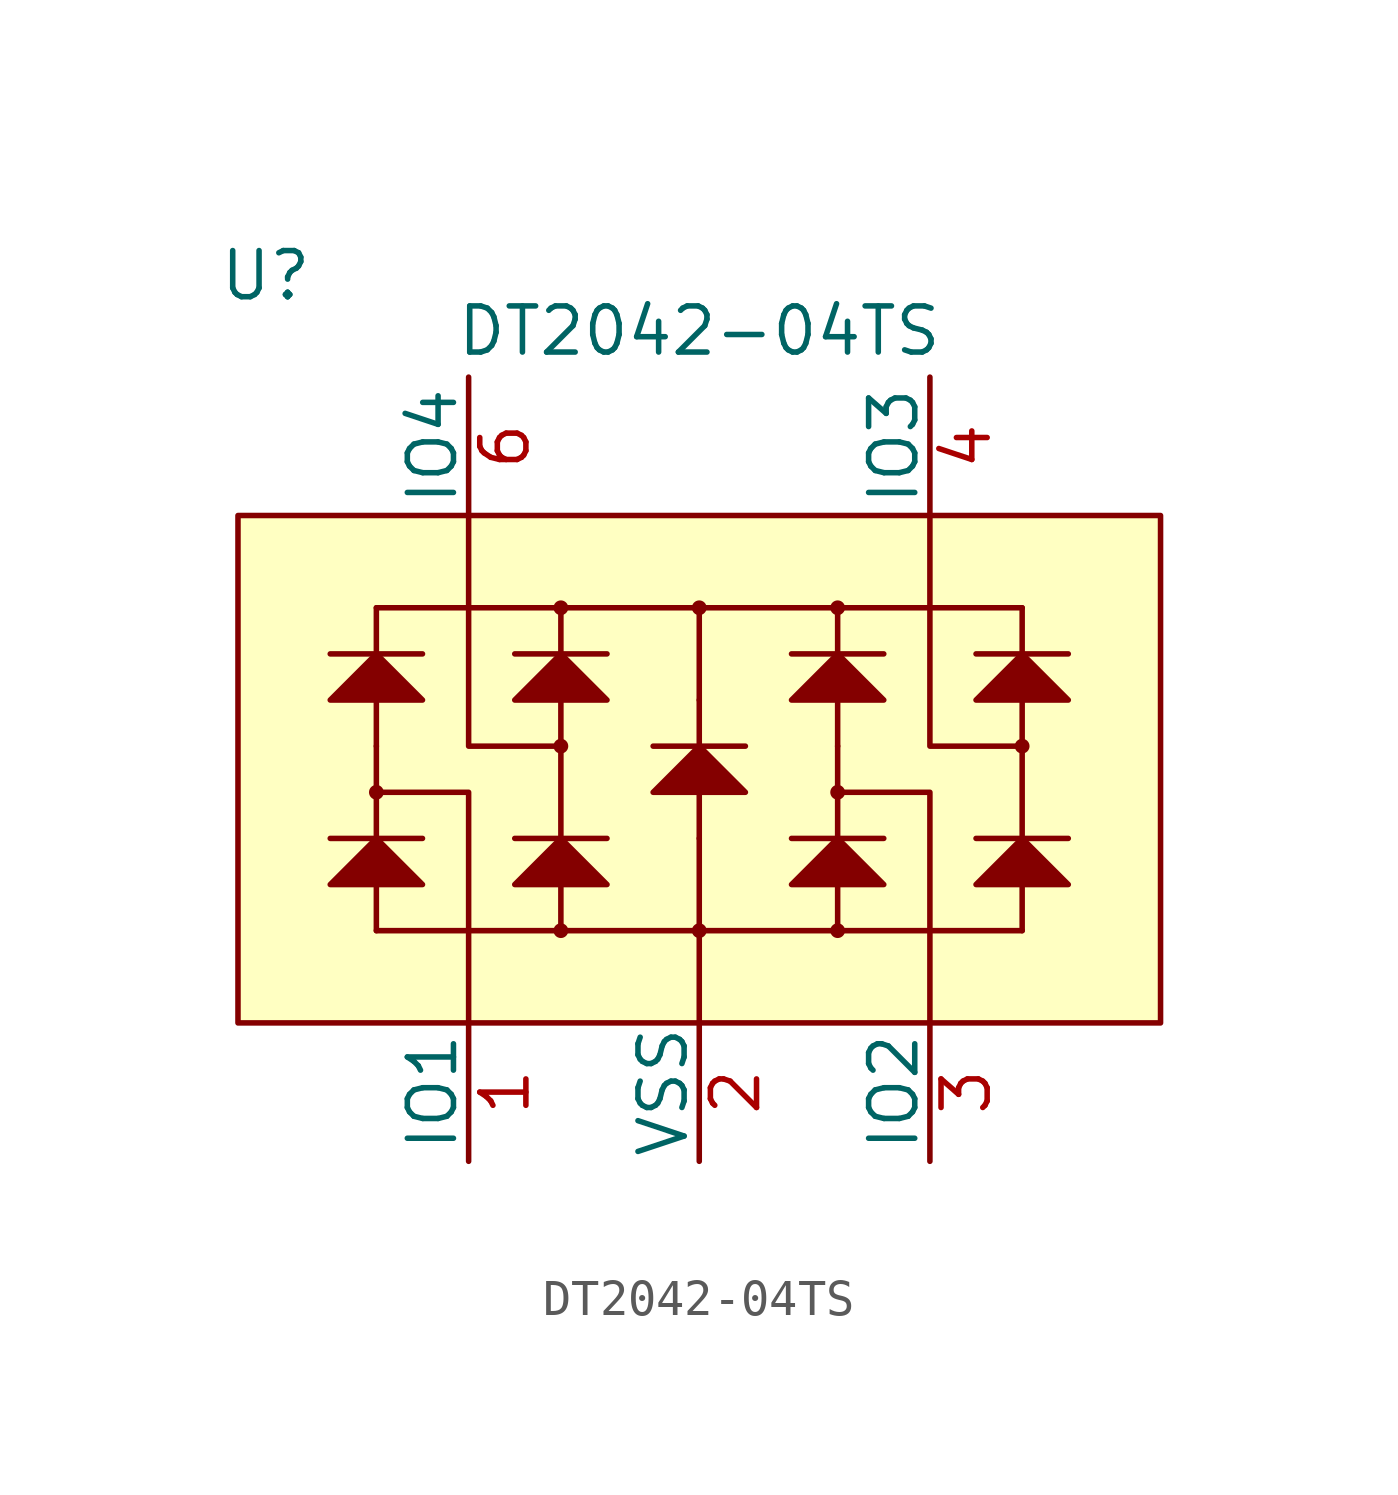
<source format=kicad_sym>
(kicad_symbol_lib
  (version 20241209)
  (generator "kicad_symbol_editor")
  (generator_version "9.0")
  (symbol "DT2042-04TS"
    (pin_names
      (offset 0))
    (property "Reference" "U"
      (at -11.938 1.524 0)
      (effects (font (size 1.27 1.27))))
    (property "Value" "DT2042-04TS"
      (at 0 0 0)
      (effects (font (size 1.27 1.27))))
    (symbol "DT2042-04TS_0_0"
      (pin bidirectional line (at -6.35 -1.27 270) (length 3.81) (name "IO4" (effects (font (size 1.27 1.27)))) (number "6" (effects (font (size 1.27 1.27)))))
      (pin no_connect line (at 0 -1.27 270) (length 3.81) (hide yes) (name "NC" (effects (font (size 1.27 1.27)))) (number "5" (effects (font (size 1.27 1.27)))))
      (pin power_in line (at 0 -22.86 90) (length 3.81) (name "VSS" (effects (font (size 1.27 1.27)))) (number "2" (effects (font (size 1.27 1.27)))))
      (pin bidirectional line (at 6.35 -1.27 270) (length 3.81) (name "IO3" (effects (font (size 1.27 1.27)))) (number "4" (effects (font (size 1.27 1.27)))))
      (pin bidirectional line (at 6.35 -22.86 90) (length 3.81) (name "IO2" (effects (font (size 1.27 1.27)))) (number "3" (effects (font (size 1.27 1.27))))))
    (symbol "DT2042-04TS_1_0"
      (pin bidirectional line (at -6.35 -22.86 90) (length 3.81) (name "IO1" (effects (font (size 1.27 1.27)))) (number "1" (effects (font (size 1.27 1.27))))))
    (symbol "DT2042-04TS_1_1"
      (rectangle (start -12.7 -5.08) (end 12.7 -19.05) (stroke (width 0) (type solid)) (fill (type background)))
      (polyline (pts (xy -10.16 -8.89) (xy -7.62 -8.89)) (stroke (width 0) (type solid)) (fill (type none)))
      (polyline (pts (xy -10.16 -13.97) (xy -7.62 -13.97)) (stroke (width 0) (type solid)) (fill (type none)))
      (polyline (pts (xy -8.89 -7.62) (xy -3.81 -7.62)) (stroke (width 0) (type default)) (fill (type none)))
      (polyline (pts (xy -8.89 -8.89) (xy -8.89 -7.62)) (stroke (width 0) (type solid)) (fill (type none)))
      (polyline (pts (xy -8.89 -8.89) (xy -10.16 -10.16) (xy -7.62 -10.16) (xy -8.89 -8.89)) (stroke (width 0) (type solid)) (fill (type outline)))
      (polyline (pts (xy -8.89 -11.43) (xy -8.89 -10.16)) (stroke (width 0) (type solid)) (fill (type none)))
      (circle (center -8.89 -12.7) (radius 0.127) (stroke (width 0) (type solid)) (fill (type outline)))
      (polyline (pts (xy -8.89 -13.97) (xy -8.89 -11.43)) (stroke (width 0) (type solid)) (fill (type none)))
      (polyline (pts (xy -8.89 -13.97) (xy -10.16 -15.24) (xy -7.62 -15.24) (xy -8.89 -13.97)) (stroke (width 0) (type solid)) (fill (type outline)))
      (polyline (pts (xy -8.89 -16.51) (xy -8.89 -15.24)) (stroke (width 0) (type solid)) (fill (type none)))
      (polyline (pts (xy -8.89 -16.51) (xy -3.81 -16.51)) (stroke (width 0) (type default)) (fill (type none)))
      (polyline (pts (xy -6.35 -5.08) (xy -6.35 -11.43) (xy -3.81 -11.43)) (stroke (width 0) (type default)) (fill (type none)))
      (polyline (pts (xy -6.35 -19.05) (xy -6.35 -12.7) (xy -8.89 -12.7)) (stroke (width 0) (type default)) (fill (type none)))
      (polyline (pts (xy -5.08 -8.89) (xy -2.54 -8.89)) (stroke (width 0) (type solid)) (fill (type none)))
      (polyline (pts (xy -5.08 -13.97) (xy -2.54 -13.97)) (stroke (width 0) (type solid)) (fill (type none)))
      (circle (center -3.81 -7.62) (radius 0.127) (stroke (width 0) (type solid)) (fill (type outline)))
      (polyline (pts (xy -3.81 -7.62) (xy 3.81 -7.62)) (stroke (width 0) (type default)) (fill (type none)))
      (polyline (pts (xy -3.81 -8.89) (xy -3.81 -7.62)) (stroke (width 0) (type solid)) (fill (type none)))
      (polyline (pts (xy -3.81 -8.89) (xy -5.08 -10.16) (xy -2.54 -10.16) (xy -3.81 -8.89)) (stroke (width 0) (type solid)) (fill (type outline)))
      (circle (center -3.81 -11.43) (radius 0.127) (stroke (width 0) (type solid)) (fill (type outline)))
      (polyline (pts (xy -3.81 -11.43) (xy -3.81 -10.16)) (stroke (width 0) (type solid)) (fill (type none)))
      (polyline (pts (xy -3.81 -13.97) (xy -3.81 -11.43)) (stroke (width 0) (type solid)) (fill (type none)))
      (polyline (pts (xy -3.81 -13.97) (xy -5.08 -15.24) (xy -2.54 -15.24) (xy -3.81 -13.97)) (stroke (width 0) (type solid)) (fill (type outline)))
      (circle (center -3.81 -16.51) (radius 0.127) (stroke (width 0) (type solid)) (fill (type outline)))
      (polyline (pts (xy -3.81 -16.51) (xy -3.81 -15.24)) (stroke (width 0) (type solid)) (fill (type none)))
      (polyline (pts (xy -3.81 -16.51) (xy 3.81 -16.51)) (stroke (width 0) (type default)) (fill (type none)))
      (polyline (pts (xy -1.27 -11.43) (xy 1.27 -11.43)) (stroke (width 0) (type solid)) (fill (type none)))
      (circle (center 0 -7.62) (radius 0.127) (stroke (width 0) (type solid)) (fill (type outline)))
      (polyline (pts (xy 0 -10.16) (xy 0 -7.62)) (stroke (width 0) (type default)) (fill (type none)))
      (polyline (pts (xy 0 -11.43) (xy 0 -10.16)) (stroke (width 0) (type solid)) (fill (type none)))
      (polyline (pts (xy 0 -11.43) (xy -1.27 -12.7) (xy 1.27 -12.7) (xy 0 -11.43)) (stroke (width 0) (type solid)) (fill (type outline)))
      (polyline (pts (xy 0 -13.97) (xy 0 -12.7)) (stroke (width 0) (type solid)) (fill (type none)))
      (polyline (pts (xy 0 -13.97) (xy 0 -19.05)) (stroke (width 0) (type default)) (fill (type none)))
      (circle (center 0 -16.51) (radius 0.127) (stroke (width 0) (type solid)) (fill (type outline)))
      (polyline (pts (xy 2.54 -8.89) (xy 5.08 -8.89)) (stroke (width 0) (type solid)) (fill (type none)))
      (polyline (pts (xy 2.54 -13.97) (xy 5.08 -13.97)) (stroke (width 0) (type solid)) (fill (type none)))
      (polyline (pts (xy 3.81 -7.62) (xy 8.89 -7.62)) (stroke (width 0) (type default)) (fill (type none)))
      (circle (center 3.81 -7.62) (radius 0.127) (stroke (width 0) (type solid)) (fill (type outline)))
      (polyline (pts (xy 3.81 -8.89) (xy 3.81 -7.62)) (stroke (width 0) (type solid)) (fill (type none)))
      (polyline (pts (xy 3.81 -8.89) (xy 2.54 -10.16) (xy 5.08 -10.16) (xy 3.81 -8.89)) (stroke (width 0) (type solid)) (fill (type outline)))
      (polyline (pts (xy 3.81 -11.43) (xy 3.81 -10.16)) (stroke (width 0) (type solid)) (fill (type none)))
      (circle (center 3.81 -12.7) (radius 0.127) (stroke (width 0) (type solid)) (fill (type outline)))
      (polyline (pts (xy 3.81 -13.97) (xy 3.81 -11.43)) (stroke (width 0) (type solid)) (fill (type none)))
      (polyline (pts (xy 3.81 -13.97) (xy 2.54 -15.24) (xy 5.08 -15.24) (xy 3.81 -13.97)) (stroke (width 0) (type solid)) (fill (type outline)))
      (polyline (pts (xy 3.81 -16.51) (xy 3.81 -15.24)) (stroke (width 0) (type solid)) (fill (type none)))
      (polyline (pts (xy 3.81 -16.51) (xy 8.89 -16.51)) (stroke (width 0) (type default)) (fill (type none)))
      (circle (center 3.81 -16.51) (radius 0.127) (stroke (width 0) (type solid)) (fill (type outline)))
      (polyline (pts (xy 6.35 -5.08) (xy 6.35 -11.43) (xy 8.89 -11.43)) (stroke (width 0) (type default)) (fill (type none)))
      (polyline (pts (xy 6.35 -19.05) (xy 6.35 -12.7) (xy 3.81 -12.7)) (stroke (width 0) (type default)) (fill (type none)))
      (polyline (pts (xy 7.62 -8.89) (xy 10.16 -8.89)) (stroke (width 0) (type solid)) (fill (type none)))
      (polyline (pts (xy 7.62 -13.97) (xy 10.16 -13.97)) (stroke (width 0) (type solid)) (fill (type none)))
      (polyline (pts (xy 8.89 -8.89) (xy 8.89 -7.62)) (stroke (width 0) (type solid)) (fill (type none)))
      (polyline (pts (xy 8.89 -8.89) (xy 7.62 -10.16) (xy 10.16 -10.16) (xy 8.89 -8.89)) (stroke (width 0) (type solid)) (fill (type outline)))
      (polyline (pts (xy 8.89 -11.43) (xy 8.89 -10.16)) (stroke (width 0) (type solid)) (fill (type none)))
      (circle (center 8.89 -11.43) (radius 0.127) (stroke (width 0) (type solid)) (fill (type outline)))
      (polyline (pts (xy 8.89 -13.97) (xy 8.89 -11.43)) (stroke (width 0) (type solid)) (fill (type none)))
      (polyline (pts (xy 8.89 -13.97) (xy 7.62 -15.24) (xy 10.16 -15.24) (xy 8.89 -13.97)) (stroke (width 0) (type solid)) (fill (type outline)))
      (polyline (pts (xy 8.89 -16.51) (xy 8.89 -15.24)) (stroke (width 0) (type solid)) (fill (type none))))))
</source>
